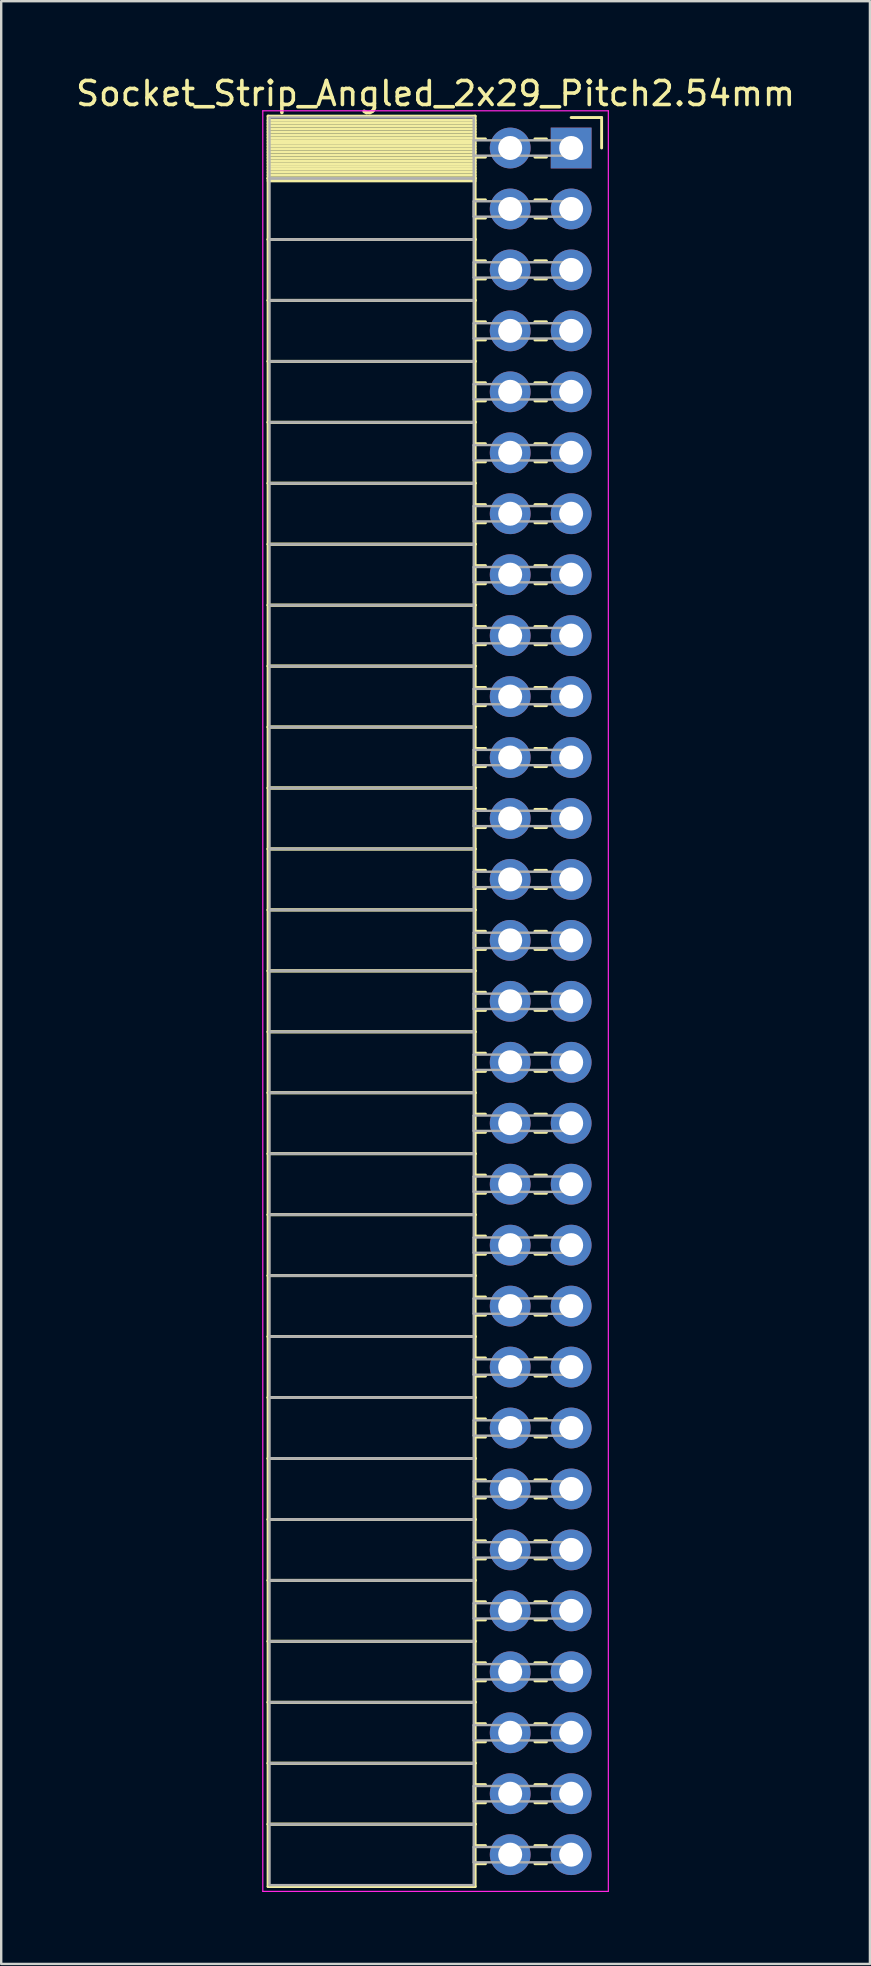
<source format=kicad_pcb>
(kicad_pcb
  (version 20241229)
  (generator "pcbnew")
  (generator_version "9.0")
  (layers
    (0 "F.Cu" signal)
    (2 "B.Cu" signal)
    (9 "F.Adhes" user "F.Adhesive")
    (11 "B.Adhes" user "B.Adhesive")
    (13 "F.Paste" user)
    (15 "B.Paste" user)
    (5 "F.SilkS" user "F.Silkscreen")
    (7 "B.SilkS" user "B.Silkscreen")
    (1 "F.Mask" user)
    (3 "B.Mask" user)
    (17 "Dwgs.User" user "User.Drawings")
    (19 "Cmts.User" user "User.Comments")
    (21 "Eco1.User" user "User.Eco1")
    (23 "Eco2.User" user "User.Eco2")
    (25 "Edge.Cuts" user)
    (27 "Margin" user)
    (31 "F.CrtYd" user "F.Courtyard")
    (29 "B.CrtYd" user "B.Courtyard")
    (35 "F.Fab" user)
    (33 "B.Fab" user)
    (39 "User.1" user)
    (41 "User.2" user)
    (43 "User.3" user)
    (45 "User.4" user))
  (footprint "Socket_Strip_Angled_2x29_Pitch2.54mm"
    (layer "F.Cu")
    (at 20.751 3.118)
    (property "Reference" "Socket_Strip_Angled_2x29_Pitch2.54mm" (at -5.65 -2.27 0) (layer "F.SilkS") (effects (font (size 1 1) (thickness 0.15))))
    (attr through_hole)
    (fp_line (start -12.63 -1.33) (end -4 -1.33) (stroke (width 0.12) (type solid)) (layer "F.SilkS"))
    (fp_line (start -12.63 1.27) (end -12.63 -1.33) (stroke (width 0.12) (type solid)) (layer "F.SilkS"))
    (fp_line (start -12.63 1.27) (end -4 1.27) (stroke (width 0.12) (type solid)) (layer "F.SilkS"))
    (fp_line (start -12.63 3.81) (end -12.63 1.27) (stroke (width 0.12) (type solid)) (layer "F.SilkS"))
    (fp_line (start -12.63 3.81) (end -4 3.81) (stroke (width 0.12) (type solid)) (layer "F.SilkS"))
    (fp_line (start -12.63 6.35) (end -12.63 3.81) (stroke (width 0.12) (type solid)) (layer "F.SilkS"))
    (fp_line (start -12.63 6.35) (end -4 6.35) (stroke (width 0.12) (type solid)) (layer "F.SilkS"))
    (fp_line (start -12.63 8.89) (end -12.63 6.35) (stroke (width 0.12) (type solid)) (layer "F.SilkS"))
    (fp_line (start -12.63 8.89) (end -4 8.89) (stroke (width 0.12) (type solid)) (layer "F.SilkS"))
    (fp_line (start -12.63 11.43) (end -12.63 8.89) (stroke (width 0.12) (type solid)) (layer "F.SilkS"))
    (fp_line (start -12.63 11.43) (end -4 11.43) (stroke (width 0.12) (type solid)) (layer "F.SilkS"))
    (fp_line (start -12.63 13.97) (end -12.63 11.43) (stroke (width 0.12) (type solid)) (layer "F.SilkS"))
    (fp_line (start -12.63 13.97) (end -4 13.97) (stroke (width 0.12) (type solid)) (layer "F.SilkS"))
    (fp_line (start -12.63 16.51) (end -12.63 13.97) (stroke (width 0.12) (type solid)) (layer "F.SilkS"))
    (fp_line (start -12.63 16.51) (end -4 16.51) (stroke (width 0.12) (type solid)) (layer "F.SilkS"))
    (fp_line (start -12.63 19.05) (end -12.63 16.51) (stroke (width 0.12) (type solid)) (layer "F.SilkS"))
    (fp_line (start -12.63 19.05) (end -4 19.05) (stroke (width 0.12) (type solid)) (layer "F.SilkS"))
    (fp_line (start -12.63 21.59) (end -12.63 19.05) (stroke (width 0.12) (type solid)) (layer "F.SilkS"))
    (fp_line (start -12.63 21.59) (end -4 21.59) (stroke (width 0.12) (type solid)) (layer "F.SilkS"))
    (fp_line (start -12.63 24.13) (end -12.63 21.59) (stroke (width 0.12) (type solid)) (layer "F.SilkS"))
    (fp_line (start -12.63 24.13) (end -4 24.13) (stroke (width 0.12) (type solid)) (layer "F.SilkS"))
    (fp_line (start -12.63 26.67) (end -12.63 24.13) (stroke (width 0.12) (type solid)) (layer "F.SilkS"))
    (fp_line (start -12.63 26.67) (end -4 26.67) (stroke (width 0.12) (type solid)) (layer "F.SilkS"))
    (fp_line (start -12.63 29.21) (end -12.63 26.67) (stroke (width 0.12) (type solid)) (layer "F.SilkS"))
    (fp_line (start -12.63 29.21) (end -4 29.21) (stroke (width 0.12) (type solid)) (layer "F.SilkS"))
    (fp_line (start -12.63 31.75) (end -12.63 29.21) (stroke (width 0.12) (type solid)) (layer "F.SilkS"))
    (fp_line (start -12.63 31.75) (end -4 31.75) (stroke (width 0.12) (type solid)) (layer "F.SilkS"))
    (fp_line (start -12.63 34.29) (end -12.63 31.75) (stroke (width 0.12) (type solid)) (layer "F.SilkS"))
    (fp_line (start -12.63 34.29) (end -4 34.29) (stroke (width 0.12) (type solid)) (layer "F.SilkS"))
    (fp_line (start -12.63 36.83) (end -12.63 34.29) (stroke (width 0.12) (type solid)) (layer "F.SilkS"))
    (fp_line (start -12.63 36.83) (end -4 36.83) (stroke (width 0.12) (type solid)) (layer "F.SilkS"))
    (fp_line (start -12.63 39.37) (end -12.63 36.83) (stroke (width 0.12) (type solid)) (layer "F.SilkS"))
    (fp_line (start -12.63 39.37) (end -4 39.37) (stroke (width 0.12) (type solid)) (layer "F.SilkS"))
    (fp_line (start -12.63 41.91) (end -12.63 39.37) (stroke (width 0.12) (type solid)) (layer "F.SilkS"))
    (fp_line (start -12.63 41.91) (end -4 41.91) (stroke (width 0.12) (type solid)) (layer "F.SilkS"))
    (fp_line (start -12.63 44.45) (end -12.63 41.91) (stroke (width 0.12) (type solid)) (layer "F.SilkS"))
    (fp_line (start -12.63 44.45) (end -4 44.45) (stroke (width 0.12) (type solid)) (layer "F.SilkS"))
    (fp_line (start -12.63 46.99) (end -12.63 44.45) (stroke (width 0.12) (type solid)) (layer "F.SilkS"))
    (fp_line (start -12.63 46.99) (end -4 46.99) (stroke (width 0.12) (type solid)) (layer "F.SilkS"))
    (fp_line (start -12.63 49.53) (end -12.63 46.99) (stroke (width 0.12) (type solid)) (layer "F.SilkS"))
    (fp_line (start -12.63 49.53) (end -4 49.53) (stroke (width 0.12) (type solid)) (layer "F.SilkS"))
    (fp_line (start -12.63 52.07) (end -12.63 49.53) (stroke (width 0.12) (type solid)) (layer "F.SilkS"))
    (fp_line (start -12.63 52.07) (end -4 52.07) (stroke (width 0.12) (type solid)) (layer "F.SilkS"))
    (fp_line (start -12.63 54.61) (end -12.63 52.07) (stroke (width 0.12) (type solid)) (layer "F.SilkS"))
    (fp_line (start -12.63 54.61) (end -4 54.61) (stroke (width 0.12) (type solid)) (layer "F.SilkS"))
    (fp_line (start -12.63 57.15) (end -12.63 54.61) (stroke (width 0.12) (type solid)) (layer "F.SilkS"))
    (fp_line (start -12.63 57.15) (end -4 57.15) (stroke (width 0.12) (type solid)) (layer "F.SilkS"))
    (fp_line (start -12.63 59.69) (end -12.63 57.15) (stroke (width 0.12) (type solid)) (layer "F.SilkS"))
    (fp_line (start -12.63 59.69) (end -4 59.69) (stroke (width 0.12) (type solid)) (layer "F.SilkS"))
    (fp_line (start -12.63 62.23) (end -12.63 59.69) (stroke (width 0.12) (type solid)) (layer "F.SilkS"))
    (fp_line (start -12.63 62.23) (end -4 62.23) (stroke (width 0.12) (type solid)) (layer "F.SilkS"))
    (fp_line (start -12.63 64.77) (end -12.63 62.23) (stroke (width 0.12) (type solid)) (layer "F.SilkS"))
    (fp_line (start -12.63 64.77) (end -4 64.77) (stroke (width 0.12) (type solid)) (layer "F.SilkS"))
    (fp_line (start -12.63 67.31) (end -12.63 64.77) (stroke (width 0.12) (type solid)) (layer "F.SilkS"))
    (fp_line (start -12.63 67.31) (end -4 67.31) (stroke (width 0.12) (type solid)) (layer "F.SilkS"))
    (fp_line (start -12.63 69.85) (end -12.63 67.31) (stroke (width 0.12) (type solid)) (layer "F.SilkS"))
    (fp_line (start -12.63 69.85) (end -4 69.85) (stroke (width 0.12) (type solid)) (layer "F.SilkS"))
    (fp_line (start -12.63 72.45) (end -12.63 69.85) (stroke (width 0.12) (type solid)) (layer "F.SilkS"))
    (fp_line (start -4 -1.33) (end -4 1.27) (stroke (width 0.12) (type solid)) (layer "F.SilkS"))
    (fp_line (start -4 -1.15) (end -12.63 -1.15) (stroke (width 0.12) (type solid)) (layer "F.SilkS"))
    (fp_line (start -4 -1.03) (end -12.63 -1.03) (stroke (width 0.12) (type solid)) (layer "F.SilkS"))
    (fp_line (start -4 -0.91) (end -12.63 -0.91) (stroke (width 0.12) (type solid)) (layer "F.SilkS"))
    (fp_line (start -4 -0.79) (end -12.63 -0.79) (stroke (width 0.12) (type solid)) (layer "F.SilkS"))
    (fp_line (start -4 -0.67) (end -12.63 -0.67) (stroke (width 0.12) (type solid)) (layer "F.SilkS"))
    (fp_line (start -4 -0.55) (end -12.63 -0.55) (stroke (width 0.12) (type solid)) (layer "F.SilkS"))
    (fp_line (start -4 -0.43) (end -12.63 -0.43) (stroke (width 0.12) (type solid)) (layer "F.SilkS"))
    (fp_line (start -4 -0.31) (end -12.63 -0.31) (stroke (width 0.12) (type solid)) (layer "F.SilkS"))
    (fp_line (start -4 -0.19) (end -12.63 -0.19) (stroke (width 0.12) (type solid)) (layer "F.SilkS"))
    (fp_line (start -4 -0.07) (end -12.63 -0.07) (stroke (width 0.12) (type solid)) (layer "F.SilkS"))
    (fp_line (start -4 0.05) (end -12.63 0.05) (stroke (width 0.12) (type solid)) (layer "F.SilkS"))
    (fp_line (start -4 0.17) (end -12.63 0.17) (stroke (width 0.12) (type solid)) (layer "F.SilkS"))
    (fp_line (start -4 0.29) (end -12.63 0.29) (stroke (width 0.12) (type solid)) (layer "F.SilkS"))
    (fp_line (start -4 0.41) (end -12.63 0.41) (stroke (width 0.12) (type solid)) (layer "F.SilkS"))
    (fp_line (start -4 0.53) (end -12.63 0.53) (stroke (width 0.12) (type solid)) (layer "F.SilkS"))
    (fp_line (start -4 0.65) (end -12.63 0.65) (stroke (width 0.12) (type solid)) (layer "F.SilkS"))
    (fp_line (start -4 0.77) (end -12.63 0.77) (stroke (width 0.12) (type solid)) (layer "F.SilkS"))
    (fp_line (start -4 0.89) (end -12.63 0.89) (stroke (width 0.12) (type solid)) (layer "F.SilkS"))
    (fp_line (start -4 1.01) (end -12.63 1.01) (stroke (width 0.12) (type solid)) (layer "F.SilkS"))
    (fp_line (start -4 1.13) (end -12.63 1.13) (stroke (width 0.12) (type solid)) (layer "F.SilkS"))
    (fp_line (start -4 1.25) (end -12.63 1.25) (stroke (width 0.12) (type solid)) (layer "F.SilkS"))
    (fp_line (start -4 1.27) (end -12.63 1.27) (stroke (width 0.12) (type solid)) (layer "F.SilkS"))
    (fp_line (start -4 1.27) (end -4 3.81) (stroke (width 0.12) (type solid)) (layer "F.SilkS"))
    (fp_line (start -4 1.37) (end -12.63 1.37) (stroke (width 0.12) (type solid)) (layer "F.SilkS"))
    (fp_line (start -4 3.81) (end -12.63 3.81) (stroke (width 0.12) (type solid)) (layer "F.SilkS"))
    (fp_line (start -4 3.81) (end -4 6.35) (stroke (width 0.12) (type solid)) (layer "F.SilkS"))
    (fp_line (start -4 6.35) (end -12.63 6.35) (stroke (width 0.12) (type solid)) (layer "F.SilkS"))
    (fp_line (start -4 6.35) (end -4 8.89) (stroke (width 0.12) (type solid)) (layer "F.SilkS"))
    (fp_line (start -4 8.89) (end -12.63 8.89) (stroke (width 0.12) (type solid)) (layer "F.SilkS"))
    (fp_line (start -4 8.89) (end -4 11.43) (stroke (width 0.12) (type solid)) (layer "F.SilkS"))
    (fp_line (start -4 11.43) (end -12.63 11.43) (stroke (width 0.12) (type solid)) (layer "F.SilkS"))
    (fp_line (start -4 11.43) (end -4 13.97) (stroke (width 0.12) (type solid)) (layer "F.SilkS"))
    (fp_line (start -4 13.97) (end -12.63 13.97) (stroke (width 0.12) (type solid)) (layer "F.SilkS"))
    (fp_line (start -4 13.97) (end -4 16.51) (stroke (width 0.12) (type solid)) (layer "F.SilkS"))
    (fp_line (start -4 16.51) (end -12.63 16.51) (stroke (width 0.12) (type solid)) (layer "F.SilkS"))
    (fp_line (start -4 16.51) (end -4 19.05) (stroke (width 0.12) (type solid)) (layer "F.SilkS"))
    (fp_line (start -4 19.05) (end -12.63 19.05) (stroke (width 0.12) (type solid)) (layer "F.SilkS"))
    (fp_line (start -4 19.05) (end -4 21.59) (stroke (width 0.12) (type solid)) (layer "F.SilkS"))
    (fp_line (start -4 21.59) (end -12.63 21.59) (stroke (width 0.12) (type solid)) (layer "F.SilkS"))
    (fp_line (start -4 21.59) (end -4 24.13) (stroke (width 0.12) (type solid)) (layer "F.SilkS"))
    (fp_line (start -4 24.13) (end -12.63 24.13) (stroke (width 0.12) (type solid)) (layer "F.SilkS"))
    (fp_line (start -4 24.13) (end -4 26.67) (stroke (width 0.12) (type solid)) (layer "F.SilkS"))
    (fp_line (start -4 26.67) (end -12.63 26.67) (stroke (width 0.12) (type solid)) (layer "F.SilkS"))
    (fp_line (start -4 26.67) (end -4 29.21) (stroke (width 0.12) (type solid)) (layer "F.SilkS"))
    (fp_line (start -4 29.21) (end -12.63 29.21) (stroke (width 0.12) (type solid)) (layer "F.SilkS"))
    (fp_line (start -4 29.21) (end -4 31.75) (stroke (width 0.12) (type solid)) (layer "F.SilkS"))
    (fp_line (start -4 31.75) (end -12.63 31.75) (stroke (width 0.12) (type solid)) (layer "F.SilkS"))
    (fp_line (start -4 31.75) (end -4 34.29) (stroke (width 0.12) (type solid)) (layer "F.SilkS"))
    (fp_line (start -4 34.29) (end -12.63 34.29) (stroke (width 0.12) (type solid)) (layer "F.SilkS"))
    (fp_line (start -4 34.29) (end -4 36.83) (stroke (width 0.12) (type solid)) (layer "F.SilkS"))
    (fp_line (start -4 36.83) (end -12.63 36.83) (stroke (width 0.12) (type solid)) (layer "F.SilkS"))
    (fp_line (start -4 36.83) (end -4 39.37) (stroke (width 0.12) (type solid)) (layer "F.SilkS"))
    (fp_line (start -4 39.37) (end -12.63 39.37) (stroke (width 0.12) (type solid)) (layer "F.SilkS"))
    (fp_line (start -4 39.37) (end -4 41.91) (stroke (width 0.12) (type solid)) (layer "F.SilkS"))
    (fp_line (start -4 41.91) (end -12.63 41.91) (stroke (width 0.12) (type solid)) (layer "F.SilkS"))
    (fp_line (start -4 41.91) (end -4 44.45) (stroke (width 0.12) (type solid)) (layer "F.SilkS"))
    (fp_line (start -4 44.45) (end -12.63 44.45) (stroke (width 0.12) (type solid)) (layer "F.SilkS"))
    (fp_line (start -4 44.45) (end -4 46.99) (stroke (width 0.12) (type solid)) (layer "F.SilkS"))
    (fp_line (start -4 46.99) (end -12.63 46.99) (stroke (width 0.12) (type solid)) (layer "F.SilkS"))
    (fp_line (start -4 46.99) (end -4 49.53) (stroke (width 0.12) (type solid)) (layer "F.SilkS"))
    (fp_line (start -4 49.53) (end -12.63 49.53) (stroke (width 0.12) (type solid)) (layer "F.SilkS"))
    (fp_line (start -4 49.53) (end -4 52.07) (stroke (width 0.12) (type solid)) (layer "F.SilkS"))
    (fp_line (start -4 52.07) (end -12.63 52.07) (stroke (width 0.12) (type solid)) (layer "F.SilkS"))
    (fp_line (start -4 52.07) (end -4 54.61) (stroke (width 0.12) (type solid)) (layer "F.SilkS"))
    (fp_line (start -4 54.61) (end -12.63 54.61) (stroke (width 0.12) (type solid)) (layer "F.SilkS"))
    (fp_line (start -4 54.61) (end -4 57.15) (stroke (width 0.12) (type solid)) (layer "F.SilkS"))
    (fp_line (start -4 57.15) (end -12.63 57.15) (stroke (width 0.12) (type solid)) (layer "F.SilkS"))
    (fp_line (start -4 57.15) (end -4 59.69) (stroke (width 0.12) (type solid)) (layer "F.SilkS"))
    (fp_line (start -4 59.69) (end -12.63 59.69) (stroke (width 0.12) (type solid)) (layer "F.SilkS"))
    (fp_line (start -4 59.69) (end -4 62.23) (stroke (width 0.12) (type solid)) (layer "F.SilkS"))
    (fp_line (start -4 62.23) (end -12.63 62.23) (stroke (width 0.12) (type solid)) (layer "F.SilkS"))
    (fp_line (start -4 62.23) (end -4 64.77) (stroke (width 0.12) (type solid)) (layer "F.SilkS"))
    (fp_line (start -4 64.77) (end -12.63 64.77) (stroke (width 0.12) (type solid)) (layer "F.SilkS"))
    (fp_line (start -4 64.77) (end -4 67.31) (stroke (width 0.12) (type solid)) (layer "F.SilkS"))
    (fp_line (start -4 67.31) (end -12.63 67.31) (stroke (width 0.12) (type solid)) (layer "F.SilkS"))
    (fp_line (start -4 67.31) (end -4 69.85) (stroke (width 0.12) (type solid)) (layer "F.SilkS"))
    (fp_line (start -4 69.85) (end -12.63 69.85) (stroke (width 0.12) (type solid)) (layer "F.SilkS"))
    (fp_line (start -4 69.85) (end -4 72.45) (stroke (width 0.12) (type solid)) (layer "F.SilkS"))
    (fp_line (start -4 72.45) (end -12.63 72.45) (stroke (width 0.12) (type solid)) (layer "F.SilkS"))
    (fp_line (start -3.57 -0.38) (end -4 -0.38) (stroke (width 0.12) (type solid)) (layer "F.SilkS"))
    (fp_line (start -3.57 0.38) (end -4 0.38) (stroke (width 0.12) (type solid)) (layer "F.SilkS"))
    (fp_line (start -3.57 2.16) (end -4 2.16) (stroke (width 0.12) (type solid)) (layer "F.SilkS"))
    (fp_line (start -3.57 2.92) (end -4 2.92) (stroke (width 0.12) (type solid)) (layer "F.SilkS"))
    (fp_line (start -3.57 4.7) (end -4 4.7) (stroke (width 0.12) (type solid)) (layer "F.SilkS"))
    (fp_line (start -3.57 5.46) (end -4 5.46) (stroke (width 0.12) (type solid)) (layer "F.SilkS"))
    (fp_line (start -3.57 7.24) (end -4 7.24) (stroke (width 0.12) (type solid)) (layer "F.SilkS"))
    (fp_line (start -3.57 8) (end -4 8) (stroke (width 0.12) (type solid)) (layer "F.SilkS"))
    (fp_line (start -3.57 9.78) (end -4 9.78) (stroke (width 0.12) (type solid)) (layer "F.SilkS"))
    (fp_line (start -3.57 10.54) (end -4 10.54) (stroke (width 0.12) (type solid)) (layer "F.SilkS"))
    (fp_line (start -3.57 12.32) (end -4 12.32) (stroke (width 0.12) (type solid)) (layer "F.SilkS"))
    (fp_line (start -3.57 13.08) (end -4 13.08) (stroke (width 0.12) (type solid)) (layer "F.SilkS"))
    (fp_line (start -3.57 14.86) (end -4 14.86) (stroke (width 0.12) (type solid)) (layer "F.SilkS"))
    (fp_line (start -3.57 15.62) (end -4 15.62) (stroke (width 0.12) (type solid)) (layer "F.SilkS"))
    (fp_line (start -3.57 17.4) (end -4 17.4) (stroke (width 0.12) (type solid)) (layer "F.SilkS"))
    (fp_line (start -3.57 18.16) (end -4 18.16) (stroke (width 0.12) (type solid)) (layer "F.SilkS"))
    (fp_line (start -3.57 19.94) (end -4 19.94) (stroke (width 0.12) (type solid)) (layer "F.SilkS"))
    (fp_line (start -3.57 20.7) (end -4 20.7) (stroke (width 0.12) (type solid)) (layer "F.SilkS"))
    (fp_line (start -3.57 22.48) (end -4 22.48) (stroke (width 0.12) (type solid)) (layer "F.SilkS"))
    (fp_line (start -3.57 23.24) (end -4 23.24) (stroke (width 0.12) (type solid)) (layer "F.SilkS"))
    (fp_line (start -3.57 25.02) (end -4 25.02) (stroke (width 0.12) (type solid)) (layer "F.SilkS"))
    (fp_line (start -3.57 25.78) (end -4 25.78) (stroke (width 0.12) (type solid)) (layer "F.SilkS"))
    (fp_line (start -3.57 27.56) (end -4 27.56) (stroke (width 0.12) (type solid)) (layer "F.SilkS"))
    (fp_line (start -3.57 28.32) (end -4 28.32) (stroke (width 0.12) (type solid)) (layer "F.SilkS"))
    (fp_line (start -3.57 30.1) (end -4 30.1) (stroke (width 0.12) (type solid)) (layer "F.SilkS"))
    (fp_line (start -3.57 30.86) (end -4 30.86) (stroke (width 0.12) (type solid)) (layer "F.SilkS"))
    (fp_line (start -3.57 32.64) (end -4 32.64) (stroke (width 0.12) (type solid)) (layer "F.SilkS"))
    (fp_line (start -3.57 33.4) (end -4 33.4) (stroke (width 0.12) (type solid)) (layer "F.SilkS"))
    (fp_line (start -3.57 35.18) (end -4 35.18) (stroke (width 0.12) (type solid)) (layer "F.SilkS"))
    (fp_line (start -3.57 35.94) (end -4 35.94) (stroke (width 0.12) (type solid)) (layer "F.SilkS"))
    (fp_line (start -3.57 37.72) (end -4 37.72) (stroke (width 0.12) (type solid)) (layer "F.SilkS"))
    (fp_line (start -3.57 38.48) (end -4 38.48) (stroke (width 0.12) (type solid)) (layer "F.SilkS"))
    (fp_line (start -3.57 40.26) (end -4 40.26) (stroke (width 0.12) (type solid)) (layer "F.SilkS"))
    (fp_line (start -3.57 41.02) (end -4 41.02) (stroke (width 0.12) (type solid)) (layer "F.SilkS"))
    (fp_line (start -3.57 42.8) (end -4 42.8) (stroke (width 0.12) (type solid)) (layer "F.SilkS"))
    (fp_line (start -3.57 43.56) (end -4 43.56) (stroke (width 0.12) (type solid)) (layer "F.SilkS"))
    (fp_line (start -3.57 45.34) (end -4 45.34) (stroke (width 0.12) (type solid)) (layer "F.SilkS"))
    (fp_line (start -3.57 46.1) (end -4 46.1) (stroke (width 0.12) (type solid)) (layer "F.SilkS"))
    (fp_line (start -3.57 47.88) (end -4 47.88) (stroke (width 0.12) (type solid)) (layer "F.SilkS"))
    (fp_line (start -3.57 48.64) (end -4 48.64) (stroke (width 0.12) (type solid)) (layer "F.SilkS"))
    (fp_line (start -3.57 50.42) (end -4 50.42) (stroke (width 0.12) (type solid)) (layer "F.SilkS"))
    (fp_line (start -3.57 51.18) (end -4 51.18) (stroke (width 0.12) (type solid)) (layer "F.SilkS"))
    (fp_line (start -3.57 52.96) (end -4 52.96) (stroke (width 0.12) (type solid)) (layer "F.SilkS"))
    (fp_line (start -3.57 53.72) (end -4 53.72) (stroke (width 0.12) (type solid)) (layer "F.SilkS"))
    (fp_line (start -3.57 55.5) (end -4 55.5) (stroke (width 0.12) (type solid)) (layer "F.SilkS"))
    (fp_line (start -3.57 56.26) (end -4 56.26) (stroke (width 0.12) (type solid)) (layer "F.SilkS"))
    (fp_line (start -3.57 58.04) (end -4 58.04) (stroke (width 0.12) (type solid)) (layer "F.SilkS"))
    (fp_line (start -3.57 58.8) (end -4 58.8) (stroke (width 0.12) (type solid)) (layer "F.SilkS"))
    (fp_line (start -3.57 60.58) (end -4 60.58) (stroke (width 0.12) (type solid)) (layer "F.SilkS"))
    (fp_line (start -3.57 61.34) (end -4 61.34) (stroke (width 0.12) (type solid)) (layer "F.SilkS"))
    (fp_line (start -3.57 63.12) (end -4 63.12) (stroke (width 0.12) (type solid)) (layer "F.SilkS"))
    (fp_line (start -3.57 63.88) (end -4 63.88) (stroke (width 0.12) (type solid)) (layer "F.SilkS"))
    (fp_line (start -3.57 65.66) (end -4 65.66) (stroke (width 0.12) (type solid)) (layer "F.SilkS"))
    (fp_line (start -3.57 66.42) (end -4 66.42) (stroke (width 0.12) (type solid)) (layer "F.SilkS"))
    (fp_line (start -3.57 68.2) (end -4 68.2) (stroke (width 0.12) (type solid)) (layer "F.SilkS"))
    (fp_line (start -3.57 68.96) (end -4 68.96) (stroke (width 0.12) (type solid)) (layer "F.SilkS"))
    (fp_line (start -3.57 70.74) (end -4 70.74) (stroke (width 0.12) (type solid)) (layer "F.SilkS"))
    (fp_line (start -3.57 71.5) (end -4 71.5) (stroke (width 0.12) (type solid)) (layer "F.SilkS"))
    (fp_line (start -1.03 -0.38) (end -1.51 -0.38) (stroke (width 0.12) (type solid)) (layer "F.SilkS"))
    (fp_line (start -1.03 0.38) (end -1.51 0.38) (stroke (width 0.12) (type solid)) (layer "F.SilkS"))
    (fp_line (start -1.03 2.16) (end -1.51 2.16) (stroke (width 0.12) (type solid)) (layer "F.SilkS"))
    (fp_line (start -1.03 2.92) (end -1.51 2.92) (stroke (width 0.12) (type solid)) (layer "F.SilkS"))
    (fp_line (start -1.03 4.7) (end -1.51 4.7) (stroke (width 0.12) (type solid)) (layer "F.SilkS"))
    (fp_line (start -1.03 5.46) (end -1.51 5.46) (stroke (width 0.12) (type solid)) (layer "F.SilkS"))
    (fp_line (start -1.03 7.24) (end -1.51 7.24) (stroke (width 0.12) (type solid)) (layer "F.SilkS"))
    (fp_line (start -1.03 8) (end -1.51 8) (stroke (width 0.12) (type solid)) (layer "F.SilkS"))
    (fp_line (start -1.03 9.78) (end -1.51 9.78) (stroke (width 0.12) (type solid)) (layer "F.SilkS"))
    (fp_line (start -1.03 10.54) (end -1.51 10.54) (stroke (width 0.12) (type solid)) (layer "F.SilkS"))
    (fp_line (start -1.03 12.32) (end -1.51 12.32) (stroke (width 0.12) (type solid)) (layer "F.SilkS"))
    (fp_line (start -1.03 13.08) (end -1.51 13.08) (stroke (width 0.12) (type solid)) (layer "F.SilkS"))
    (fp_line (start -1.03 14.86) (end -1.51 14.86) (stroke (width 0.12) (type solid)) (layer "F.SilkS"))
    (fp_line (start -1.03 15.62) (end -1.51 15.62) (stroke (width 0.12) (type solid)) (layer "F.SilkS"))
    (fp_line (start -1.03 17.4) (end -1.51 17.4) (stroke (width 0.12) (type solid)) (layer "F.SilkS"))
    (fp_line (start -1.03 18.16) (end -1.51 18.16) (stroke (width 0.12) (type solid)) (layer "F.SilkS"))
    (fp_line (start -1.03 19.94) (end -1.51 19.94) (stroke (width 0.12) (type solid)) (layer "F.SilkS"))
    (fp_line (start -1.03 20.7) (end -1.51 20.7) (stroke (width 0.12) (type solid)) (layer "F.SilkS"))
    (fp_line (start -1.03 22.48) (end -1.51 22.48) (stroke (width 0.12) (type solid)) (layer "F.SilkS"))
    (fp_line (start -1.03 23.24) (end -1.51 23.24) (stroke (width 0.12) (type solid)) (layer "F.SilkS"))
    (fp_line (start -1.03 25.02) (end -1.51 25.02) (stroke (width 0.12) (type solid)) (layer "F.SilkS"))
    (fp_line (start -1.03 25.78) (end -1.51 25.78) (stroke (width 0.12) (type solid)) (layer "F.SilkS"))
    (fp_line (start -1.03 27.56) (end -1.51 27.56) (stroke (width 0.12) (type solid)) (layer "F.SilkS"))
    (fp_line (start -1.03 28.32) (end -1.51 28.32) (stroke (width 0.12) (type solid)) (layer "F.SilkS"))
    (fp_line (start -1.03 30.1) (end -1.51 30.1) (stroke (width 0.12) (type solid)) (layer "F.SilkS"))
    (fp_line (start -1.03 30.86) (end -1.51 30.86) (stroke (width 0.12) (type solid)) (layer "F.SilkS"))
    (fp_line (start -1.03 32.64) (end -1.51 32.64) (stroke (width 0.12) (type solid)) (layer "F.SilkS"))
    (fp_line (start -1.03 33.4) (end -1.51 33.4) (stroke (width 0.12) (type solid)) (layer "F.SilkS"))
    (fp_line (start -1.03 35.18) (end -1.51 35.18) (stroke (width 0.12) (type solid)) (layer "F.SilkS"))
    (fp_line (start -1.03 35.94) (end -1.51 35.94) (stroke (width 0.12) (type solid)) (layer "F.SilkS"))
    (fp_line (start -1.03 37.72) (end -1.51 37.72) (stroke (width 0.12) (type solid)) (layer "F.SilkS"))
    (fp_line (start -1.03 38.48) (end -1.51 38.48) (stroke (width 0.12) (type solid)) (layer "F.SilkS"))
    (fp_line (start -1.03 40.26) (end -1.51 40.26) (stroke (width 0.12) (type solid)) (layer "F.SilkS"))
    (fp_line (start -1.03 41.02) (end -1.51 41.02) (stroke (width 0.12) (type solid)) (layer "F.SilkS"))
    (fp_line (start -1.03 42.8) (end -1.51 42.8) (stroke (width 0.12) (type solid)) (layer "F.SilkS"))
    (fp_line (start -1.03 43.56) (end -1.51 43.56) (stroke (width 0.12) (type solid)) (layer "F.SilkS"))
    (fp_line (start -1.03 45.34) (end -1.51 45.34) (stroke (width 0.12) (type solid)) (layer "F.SilkS"))
    (fp_line (start -1.03 46.1) (end -1.51 46.1) (stroke (width 0.12) (type solid)) (layer "F.SilkS"))
    (fp_line (start -1.03 47.88) (end -1.51 47.88) (stroke (width 0.12) (type solid)) (layer "F.SilkS"))
    (fp_line (start -1.03 48.64) (end -1.51 48.64) (stroke (width 0.12) (type solid)) (layer "F.SilkS"))
    (fp_line (start -1.03 50.42) (end -1.51 50.42) (stroke (width 0.12) (type solid)) (layer "F.SilkS"))
    (fp_line (start -1.03 51.18) (end -1.51 51.18) (stroke (width 0.12) (type solid)) (layer "F.SilkS"))
    (fp_line (start -1.03 52.96) (end -1.51 52.96) (stroke (width 0.12) (type solid)) (layer "F.SilkS"))
    (fp_line (start -1.03 53.72) (end -1.51 53.72) (stroke (width 0.12) (type solid)) (layer "F.SilkS"))
    (fp_line (start -1.03 55.5) (end -1.51 55.5) (stroke (width 0.12) (type solid)) (layer "F.SilkS"))
    (fp_line (start -1.03 56.26) (end -1.51 56.26) (stroke (width 0.12) (type solid)) (layer "F.SilkS"))
    (fp_line (start -1.03 58.04) (end -1.51 58.04) (stroke (width 0.12) (type solid)) (layer "F.SilkS"))
    (fp_line (start -1.03 58.8) (end -1.51 58.8) (stroke (width 0.12) (type solid)) (layer "F.SilkS"))
    (fp_line (start -1.03 60.58) (end -1.51 60.58) (stroke (width 0.12) (type solid)) (layer "F.SilkS"))
    (fp_line (start -1.03 61.34) (end -1.51 61.34) (stroke (width 0.12) (type solid)) (layer "F.SilkS"))
    (fp_line (start -1.03 63.12) (end -1.51 63.12) (stroke (width 0.12) (type solid)) (layer "F.SilkS"))
    (fp_line (start -1.03 63.88) (end -1.51 63.88) (stroke (width 0.12) (type solid)) (layer "F.SilkS"))
    (fp_line (start -1.03 65.66) (end -1.51 65.66) (stroke (width 0.12) (type solid)) (layer "F.SilkS"))
    (fp_line (start -1.03 66.42) (end -1.51 66.42) (stroke (width 0.12) (type solid)) (layer "F.SilkS"))
    (fp_line (start -1.03 68.2) (end -1.51 68.2) (stroke (width 0.12) (type solid)) (layer "F.SilkS"))
    (fp_line (start -1.03 68.96) (end -1.51 68.96) (stroke (width 0.12) (type solid)) (layer "F.SilkS"))
    (fp_line (start -1.03 70.74) (end -1.51 70.74) (stroke (width 0.12) (type solid)) (layer "F.SilkS"))
    (fp_line (start -1.03 71.5) (end -1.51 71.5) (stroke (width 0.12) (type solid)) (layer "F.SilkS"))
    (fp_line (start 0 -1.27) (end 1.27 -1.27) (stroke (width 0.12) (type solid)) (layer "F.SilkS"))
    (fp_line (start 1.27 -1.27) (end 1.27 0) (stroke (width 0.12) (type solid)) (layer "F.SilkS"))
    (fp_line (start -12.85 -1.55) (end 1.55 -1.55) (stroke (width 0.05) (type solid)) (layer "F.CrtYd"))
    (fp_line (start -12.85 72.65) (end -12.85 -1.55) (stroke (width 0.05) (type solid)) (layer "F.CrtYd"))
    (fp_line (start 1.55 -1.55) (end 1.55 72.65) (stroke (width 0.05) (type solid)) (layer "F.CrtYd"))
    (fp_line (start 1.55 72.65) (end -12.85 72.65) (stroke (width 0.05) (type solid)) (layer "F.CrtYd"))
    (fp_line (start -12.57 -1.27) (end -4.06 -1.27) (stroke (width 0.1) (type solid)) (layer "F.Fab"))
    (fp_line (start -12.57 1.27) (end -12.57 -1.27) (stroke (width 0.1) (type solid)) (layer "F.Fab"))
    (fp_line (start -12.57 1.27) (end -4.06 1.27) (stroke (width 0.1) (type solid)) (layer "F.Fab"))
    (fp_line (start -12.57 3.81) (end -12.57 1.27) (stroke (width 0.1) (type solid)) (layer "F.Fab"))
    (fp_line (start -12.57 3.81) (end -4.06 3.81) (stroke (width 0.1) (type solid)) (layer "F.Fab"))
    (fp_line (start -12.57 6.35) (end -12.57 3.81) (stroke (width 0.1) (type solid)) (layer "F.Fab"))
    (fp_line (start -12.57 6.35) (end -4.06 6.35) (stroke (width 0.1) (type solid)) (layer "F.Fab"))
    (fp_line (start -12.57 8.89) (end -12.57 6.35) (stroke (width 0.1) (type solid)) (layer "F.Fab"))
    (fp_line (start -12.57 8.89) (end -4.06 8.89) (stroke (width 0.1) (type solid)) (layer "F.Fab"))
    (fp_line (start -12.57 11.43) (end -12.57 8.89) (stroke (width 0.1) (type solid)) (layer "F.Fab"))
    (fp_line (start -12.57 11.43) (end -4.06 11.43) (stroke (width 0.1) (type solid)) (layer "F.Fab"))
    (fp_line (start -12.57 13.97) (end -12.57 11.43) (stroke (width 0.1) (type solid)) (layer "F.Fab"))
    (fp_line (start -12.57 13.97) (end -4.06 13.97) (stroke (width 0.1) (type solid)) (layer "F.Fab"))
    (fp_line (start -12.57 16.51) (end -12.57 13.97) (stroke (width 0.1) (type solid)) (layer "F.Fab"))
    (fp_line (start -12.57 16.51) (end -4.06 16.51) (stroke (width 0.1) (type solid)) (layer "F.Fab"))
    (fp_line (start -12.57 19.05) (end -12.57 16.51) (stroke (width 0.1) (type solid)) (layer "F.Fab"))
    (fp_line (start -12.57 19.05) (end -4.06 19.05) (stroke (width 0.1) (type solid)) (layer "F.Fab"))
    (fp_line (start -12.57 21.59) (end -12.57 19.05) (stroke (width 0.1) (type solid)) (layer "F.Fab"))
    (fp_line (start -12.57 21.59) (end -4.06 21.59) (stroke (width 0.1) (type solid)) (layer "F.Fab"))
    (fp_line (start -12.57 24.13) (end -12.57 21.59) (stroke (width 0.1) (type solid)) (layer "F.Fab"))
    (fp_line (start -12.57 24.13) (end -4.06 24.13) (stroke (width 0.1) (type solid)) (layer "F.Fab"))
    (fp_line (start -12.57 26.67) (end -12.57 24.13) (stroke (width 0.1) (type solid)) (layer "F.Fab"))
    (fp_line (start -12.57 26.67) (end -4.06 26.67) (stroke (width 0.1) (type solid)) (layer "F.Fab"))
    (fp_line (start -12.57 29.21) (end -12.57 26.67) (stroke (width 0.1) (type solid)) (layer "F.Fab"))
    (fp_line (start -12.57 29.21) (end -4.06 29.21) (stroke (width 0.1) (type solid)) (layer "F.Fab"))
    (fp_line (start -12.57 31.75) (end -12.57 29.21) (stroke (width 0.1) (type solid)) (layer "F.Fab"))
    (fp_line (start -12.57 31.75) (end -4.06 31.75) (stroke (width 0.1) (type solid)) (layer "F.Fab"))
    (fp_line (start -12.57 34.29) (end -12.57 31.75) (stroke (width 0.1) (type solid)) (layer "F.Fab"))
    (fp_line (start -12.57 34.29) (end -4.06 34.29) (stroke (width 0.1) (type solid)) (layer "F.Fab"))
    (fp_line (start -12.57 36.83) (end -12.57 34.29) (stroke (width 0.1) (type solid)) (layer "F.Fab"))
    (fp_line (start -12.57 36.83) (end -4.06 36.83) (stroke (width 0.1) (type solid)) (layer "F.Fab"))
    (fp_line (start -12.57 39.37) (end -12.57 36.83) (stroke (width 0.1) (type solid)) (layer "F.Fab"))
    (fp_line (start -12.57 39.37) (end -4.06 39.37) (stroke (width 0.1) (type solid)) (layer "F.Fab"))
    (fp_line (start -12.57 41.91) (end -12.57 39.37) (stroke (width 0.1) (type solid)) (layer "F.Fab"))
    (fp_line (start -12.57 41.91) (end -4.06 41.91) (stroke (width 0.1) (type solid)) (layer "F.Fab"))
    (fp_line (start -12.57 44.45) (end -12.57 41.91) (stroke (width 0.1) (type solid)) (layer "F.Fab"))
    (fp_line (start -12.57 44.45) (end -4.06 44.45) (stroke (width 0.1) (type solid)) (layer "F.Fab"))
    (fp_line (start -12.57 46.99) (end -12.57 44.45) (stroke (width 0.1) (type solid)) (layer "F.Fab"))
    (fp_line (start -12.57 46.99) (end -4.06 46.99) (stroke (width 0.1) (type solid)) (layer "F.Fab"))
    (fp_line (start -12.57 49.53) (end -12.57 46.99) (stroke (width 0.1) (type solid)) (layer "F.Fab"))
    (fp_line (start -12.57 49.53) (end -4.06 49.53) (stroke (width 0.1) (type solid)) (layer "F.Fab"))
    (fp_line (start -12.57 52.07) (end -12.57 49.53) (stroke (width 0.1) (type solid)) (layer "F.Fab"))
    (fp_line (start -12.57 52.07) (end -4.06 52.07) (stroke (width 0.1) (type solid)) (layer "F.Fab"))
    (fp_line (start -12.57 54.61) (end -12.57 52.07) (stroke (width 0.1) (type solid)) (layer "F.Fab"))
    (fp_line (start -12.57 54.61) (end -4.06 54.61) (stroke (width 0.1) (type solid)) (layer "F.Fab"))
    (fp_line (start -12.57 57.15) (end -12.57 54.61) (stroke (width 0.1) (type solid)) (layer "F.Fab"))
    (fp_line (start -12.57 57.15) (end -4.06 57.15) (stroke (width 0.1) (type solid)) (layer "F.Fab"))
    (fp_line (start -12.57 59.69) (end -12.57 57.15) (stroke (width 0.1) (type solid)) (layer "F.Fab"))
    (fp_line (start -12.57 59.69) (end -4.06 59.69) (stroke (width 0.1) (type solid)) (layer "F.Fab"))
    (fp_line (start -12.57 62.23) (end -12.57 59.69) (stroke (width 0.1) (type solid)) (layer "F.Fab"))
    (fp_line (start -12.57 62.23) (end -4.06 62.23) (stroke (width 0.1) (type solid)) (layer "F.Fab"))
    (fp_line (start -12.57 64.77) (end -12.57 62.23) (stroke (width 0.1) (type solid)) (layer "F.Fab"))
    (fp_line (start -12.57 64.77) (end -4.06 64.77) (stroke (width 0.1) (type solid)) (layer "F.Fab"))
    (fp_line (start -12.57 67.31) (end -12.57 64.77) (stroke (width 0.1) (type solid)) (layer "F.Fab"))
    (fp_line (start -12.57 67.31) (end -4.06 67.31) (stroke (width 0.1) (type solid)) (layer "F.Fab"))
    (fp_line (start -12.57 69.85) (end -12.57 67.31) (stroke (width 0.1) (type solid)) (layer "F.Fab"))
    (fp_line (start -12.57 69.85) (end -4.06 69.85) (stroke (width 0.1) (type solid)) (layer "F.Fab"))
    (fp_line (start -12.57 72.39) (end -12.57 69.85) (stroke (width 0.1) (type solid)) (layer "F.Fab"))
    (fp_line (start -4.06 -1.27) (end -4.06 1.27) (stroke (width 0.1) (type solid)) (layer "F.Fab"))
    (fp_line (start -4.06 -0.32) (end 0 -0.32) (stroke (width 0.1) (type solid)) (layer "F.Fab"))
    (fp_line (start -4.06 0.32) (end -4.06 -0.32) (stroke (width 0.1) (type solid)) (layer "F.Fab"))
    (fp_line (start -4.06 1.27) (end -12.57 1.27) (stroke (width 0.1) (type solid)) (layer "F.Fab"))
    (fp_line (start -4.06 1.27) (end -4.06 3.81) (stroke (width 0.1) (type solid)) (layer "F.Fab"))
    (fp_line (start -4.06 2.22) (end 0 2.22) (stroke (width 0.1) (type solid)) (layer "F.Fab"))
    (fp_line (start -4.06 2.86) (end -4.06 2.22) (stroke (width 0.1) (type solid)) (layer "F.Fab"))
    (fp_line (start -4.06 3.81) (end -12.57 3.81) (stroke (width 0.1) (type solid)) (layer "F.Fab"))
    (fp_line (start -4.06 3.81) (end -4.06 6.35) (stroke (width 0.1) (type solid)) (layer "F.Fab"))
    (fp_line (start -4.06 4.76) (end 0 4.76) (stroke (width 0.1) (type solid)) (layer "F.Fab"))
    (fp_line (start -4.06 5.4) (end -4.06 4.76) (stroke (width 0.1) (type solid)) (layer "F.Fab"))
    (fp_line (start -4.06 6.35) (end -12.57 6.35) (stroke (width 0.1) (type solid)) (layer "F.Fab"))
    (fp_line (start -4.06 6.35) (end -4.06 8.89) (stroke (width 0.1) (type solid)) (layer "F.Fab"))
    (fp_line (start -4.06 7.3) (end 0 7.3) (stroke (width 0.1) (type solid)) (layer "F.Fab"))
    (fp_line (start -4.06 7.94) (end -4.06 7.3) (stroke (width 0.1) (type solid)) (layer "F.Fab"))
    (fp_line (start -4.06 8.89) (end -12.57 8.89) (stroke (width 0.1) (type solid)) (layer "F.Fab"))
    (fp_line (start -4.06 8.89) (end -4.06 11.43) (stroke (width 0.1) (type solid)) (layer "F.Fab"))
    (fp_line (start -4.06 9.84) (end 0 9.84) (stroke (width 0.1) (type solid)) (layer "F.Fab"))
    (fp_line (start -4.06 10.48) (end -4.06 9.84) (stroke (width 0.1) (type solid)) (layer "F.Fab"))
    (fp_line (start -4.06 11.43) (end -12.57 11.43) (stroke (width 0.1) (type solid)) (layer "F.Fab"))
    (fp_line (start -4.06 11.43) (end -4.06 13.97) (stroke (width 0.1) (type solid)) (layer "F.Fab"))
    (fp_line (start -4.06 12.38) (end 0 12.38) (stroke (width 0.1) (type solid)) (layer "F.Fab"))
    (fp_line (start -4.06 13.02) (end -4.06 12.38) (stroke (width 0.1) (type solid)) (layer "F.Fab"))
    (fp_line (start -4.06 13.97) (end -12.57 13.97) (stroke (width 0.1) (type solid)) (layer "F.Fab"))
    (fp_line (start -4.06 13.97) (end -4.06 16.51) (stroke (width 0.1) (type solid)) (layer "F.Fab"))
    (fp_line (start -4.06 14.92) (end 0 14.92) (stroke (width 0.1) (type solid)) (layer "F.Fab"))
    (fp_line (start -4.06 15.56) (end -4.06 14.92) (stroke (width 0.1) (type solid)) (layer "F.Fab"))
    (fp_line (start -4.06 16.51) (end -12.57 16.51) (stroke (width 0.1) (type solid)) (layer "F.Fab"))
    (fp_line (start -4.06 16.51) (end -4.06 19.05) (stroke (width 0.1) (type solid)) (layer "F.Fab"))
    (fp_line (start -4.06 17.46) (end 0 17.46) (stroke (width 0.1) (type solid)) (layer "F.Fab"))
    (fp_line (start -4.06 18.1) (end -4.06 17.46) (stroke (width 0.1) (type solid)) (layer "F.Fab"))
    (fp_line (start -4.06 19.05) (end -12.57 19.05) (stroke (width 0.1) (type solid)) (layer "F.Fab"))
    (fp_line (start -4.06 19.05) (end -4.06 21.59) (stroke (width 0.1) (type solid)) (layer "F.Fab"))
    (fp_line (start -4.06 20) (end 0 20) (stroke (width 0.1) (type solid)) (layer "F.Fab"))
    (fp_line (start -4.06 20.64) (end -4.06 20) (stroke (width 0.1) (type solid)) (layer "F.Fab"))
    (fp_line (start -4.06 21.59) (end -12.57 21.59) (stroke (width 0.1) (type solid)) (layer "F.Fab"))
    (fp_line (start -4.06 21.59) (end -4.06 24.13) (stroke (width 0.1) (type solid)) (layer "F.Fab"))
    (fp_line (start -4.06 22.54) (end 0 22.54) (stroke (width 0.1) (type solid)) (layer "F.Fab"))
    (fp_line (start -4.06 23.18) (end -4.06 22.54) (stroke (width 0.1) (type solid)) (layer "F.Fab"))
    (fp_line (start -4.06 24.13) (end -12.57 24.13) (stroke (width 0.1) (type solid)) (layer "F.Fab"))
    (fp_line (start -4.06 24.13) (end -4.06 26.67) (stroke (width 0.1) (type solid)) (layer "F.Fab"))
    (fp_line (start -4.06 25.08) (end 0 25.08) (stroke (width 0.1) (type solid)) (layer "F.Fab"))
    (fp_line (start -4.06 25.72) (end -4.06 25.08) (stroke (width 0.1) (type solid)) (layer "F.Fab"))
    (fp_line (start -4.06 26.67) (end -12.57 26.67) (stroke (width 0.1) (type solid)) (layer "F.Fab"))
    (fp_line (start -4.06 26.67) (end -4.06 29.21) (stroke (width 0.1) (type solid)) (layer "F.Fab"))
    (fp_line (start -4.06 27.62) (end 0 27.62) (stroke (width 0.1) (type solid)) (layer "F.Fab"))
    (fp_line (start -4.06 28.26) (end -4.06 27.62) (stroke (width 0.1) (type solid)) (layer "F.Fab"))
    (fp_line (start -4.06 29.21) (end -12.57 29.21) (stroke (width 0.1) (type solid)) (layer "F.Fab"))
    (fp_line (start -4.06 29.21) (end -4.06 31.75) (stroke (width 0.1) (type solid)) (layer "F.Fab"))
    (fp_line (start -4.06 30.16) (end 0 30.16) (stroke (width 0.1) (type solid)) (layer "F.Fab"))
    (fp_line (start -4.06 30.8) (end -4.06 30.16) (stroke (width 0.1) (type solid)) (layer "F.Fab"))
    (fp_line (start -4.06 31.75) (end -12.57 31.75) (stroke (width 0.1) (type solid)) (layer "F.Fab"))
    (fp_line (start -4.06 31.75) (end -4.06 34.29) (stroke (width 0.1) (type solid)) (layer "F.Fab"))
    (fp_line (start -4.06 32.7) (end 0 32.7) (stroke (width 0.1) (type solid)) (layer "F.Fab"))
    (fp_line (start -4.06 33.34) (end -4.06 32.7) (stroke (width 0.1) (type solid)) (layer "F.Fab"))
    (fp_line (start -4.06 34.29) (end -12.57 34.29) (stroke (width 0.1) (type solid)) (layer "F.Fab"))
    (fp_line (start -4.06 34.29) (end -4.06 36.83) (stroke (width 0.1) (type solid)) (layer "F.Fab"))
    (fp_line (start -4.06 35.24) (end 0 35.24) (stroke (width 0.1) (type solid)) (layer "F.Fab"))
    (fp_line (start -4.06 35.88) (end -4.06 35.24) (stroke (width 0.1) (type solid)) (layer "F.Fab"))
    (fp_line (start -4.06 36.83) (end -12.57 36.83) (stroke (width 0.1) (type solid)) (layer "F.Fab"))
    (fp_line (start -4.06 36.83) (end -4.06 39.37) (stroke (width 0.1) (type solid)) (layer "F.Fab"))
    (fp_line (start -4.06 37.78) (end 0 37.78) (stroke (width 0.1) (type solid)) (layer "F.Fab"))
    (fp_line (start -4.06 38.42) (end -4.06 37.78) (stroke (width 0.1) (type solid)) (layer "F.Fab"))
    (fp_line (start -4.06 39.37) (end -12.57 39.37) (stroke (width 0.1) (type solid)) (layer "F.Fab"))
    (fp_line (start -4.06 39.37) (end -4.06 41.91) (stroke (width 0.1) (type solid)) (layer "F.Fab"))
    (fp_line (start -4.06 40.32) (end 0 40.32) (stroke (width 0.1) (type solid)) (layer "F.Fab"))
    (fp_line (start -4.06 40.96) (end -4.06 40.32) (stroke (width 0.1) (type solid)) (layer "F.Fab"))
    (fp_line (start -4.06 41.91) (end -12.57 41.91) (stroke (width 0.1) (type solid)) (layer "F.Fab"))
    (fp_line (start -4.06 41.91) (end -4.06 44.45) (stroke (width 0.1) (type solid)) (layer "F.Fab"))
    (fp_line (start -4.06 42.86) (end 0 42.86) (stroke (width 0.1) (type solid)) (layer "F.Fab"))
    (fp_line (start -4.06 43.5) (end -4.06 42.86) (stroke (width 0.1) (type solid)) (layer "F.Fab"))
    (fp_line (start -4.06 44.45) (end -12.57 44.45) (stroke (width 0.1) (type solid)) (layer "F.Fab"))
    (fp_line (start -4.06 44.45) (end -4.06 46.99) (stroke (width 0.1) (type solid)) (layer "F.Fab"))
    (fp_line (start -4.06 45.4) (end 0 45.4) (stroke (width 0.1) (type solid)) (layer "F.Fab"))
    (fp_line (start -4.06 46.04) (end -4.06 45.4) (stroke (width 0.1) (type solid)) (layer "F.Fab"))
    (fp_line (start -4.06 46.99) (end -12.57 46.99) (stroke (width 0.1) (type solid)) (layer "F.Fab"))
    (fp_line (start -4.06 46.99) (end -4.06 49.53) (stroke (width 0.1) (type solid)) (layer "F.Fab"))
    (fp_line (start -4.06 47.94) (end 0 47.94) (stroke (width 0.1) (type solid)) (layer "F.Fab"))
    (fp_line (start -4.06 48.58) (end -4.06 47.94) (stroke (width 0.1) (type solid)) (layer "F.Fab"))
    (fp_line (start -4.06 49.53) (end -12.57 49.53) (stroke (width 0.1) (type solid)) (layer "F.Fab"))
    (fp_line (start -4.06 49.53) (end -4.06 52.07) (stroke (width 0.1) (type solid)) (layer "F.Fab"))
    (fp_line (start -4.06 50.48) (end 0 50.48) (stroke (width 0.1) (type solid)) (layer "F.Fab"))
    (fp_line (start -4.06 51.12) (end -4.06 50.48) (stroke (width 0.1) (type solid)) (layer "F.Fab"))
    (fp_line (start -4.06 52.07) (end -12.57 52.07) (stroke (width 0.1) (type solid)) (layer "F.Fab"))
    (fp_line (start -4.06 52.07) (end -4.06 54.61) (stroke (width 0.1) (type solid)) (layer "F.Fab"))
    (fp_line (start -4.06 53.02) (end 0 53.02) (stroke (width 0.1) (type solid)) (layer "F.Fab"))
    (fp_line (start -4.06 53.66) (end -4.06 53.02) (stroke (width 0.1) (type solid)) (layer "F.Fab"))
    (fp_line (start -4.06 54.61) (end -12.57 54.61) (stroke (width 0.1) (type solid)) (layer "F.Fab"))
    (fp_line (start -4.06 54.61) (end -4.06 57.15) (stroke (width 0.1) (type solid)) (layer "F.Fab"))
    (fp_line (start -4.06 55.56) (end 0 55.56) (stroke (width 0.1) (type solid)) (layer "F.Fab"))
    (fp_line (start -4.06 56.2) (end -4.06 55.56) (stroke (width 0.1) (type solid)) (layer "F.Fab"))
    (fp_line (start -4.06 57.15) (end -12.57 57.15) (stroke (width 0.1) (type solid)) (layer "F.Fab"))
    (fp_line (start -4.06 57.15) (end -4.06 59.69) (stroke (width 0.1) (type solid)) (layer "F.Fab"))
    (fp_line (start -4.06 58.1) (end 0 58.1) (stroke (width 0.1) (type solid)) (layer "F.Fab"))
    (fp_line (start -4.06 58.74) (end -4.06 58.1) (stroke (width 0.1) (type solid)) (layer "F.Fab"))
    (fp_line (start -4.06 59.69) (end -12.57 59.69) (stroke (width 0.1) (type solid)) (layer "F.Fab"))
    (fp_line (start -4.06 59.69) (end -4.06 62.23) (stroke (width 0.1) (type solid)) (layer "F.Fab"))
    (fp_line (start -4.06 60.64) (end 0 60.64) (stroke (width 0.1) (type solid)) (layer "F.Fab"))
    (fp_line (start -4.06 61.28) (end -4.06 60.64) (stroke (width 0.1) (type solid)) (layer "F.Fab"))
    (fp_line (start -4.06 62.23) (end -12.57 62.23) (stroke (width 0.1) (type solid)) (layer "F.Fab"))
    (fp_line (start -4.06 62.23) (end -4.06 64.77) (stroke (width 0.1) (type solid)) (layer "F.Fab"))
    (fp_line (start -4.06 63.18) (end 0 63.18) (stroke (width 0.1) (type solid)) (layer "F.Fab"))
    (fp_line (start -4.06 63.82) (end -4.06 63.18) (stroke (width 0.1) (type solid)) (layer "F.Fab"))
    (fp_line (start -4.06 64.77) (end -12.57 64.77) (stroke (width 0.1) (type solid)) (layer "F.Fab"))
    (fp_line (start -4.06 64.77) (end -4.06 67.31) (stroke (width 0.1) (type solid)) (layer "F.Fab"))
    (fp_line (start -4.06 65.72) (end 0 65.72) (stroke (width 0.1) (type solid)) (layer "F.Fab"))
    (fp_line (start -4.06 66.36) (end -4.06 65.72) (stroke (width 0.1) (type solid)) (layer "F.Fab"))
    (fp_line (start -4.06 67.31) (end -12.57 67.31) (stroke (width 0.1) (type solid)) (layer "F.Fab"))
    (fp_line (start -4.06 67.31) (end -4.06 69.85) (stroke (width 0.1) (type solid)) (layer "F.Fab"))
    (fp_line (start -4.06 68.26) (end 0 68.26) (stroke (width 0.1) (type solid)) (layer "F.Fab"))
    (fp_line (start -4.06 68.9) (end -4.06 68.26) (stroke (width 0.1) (type solid)) (layer "F.Fab"))
    (fp_line (start -4.06 69.85) (end -12.57 69.85) (stroke (width 0.1) (type solid)) (layer "F.Fab"))
    (fp_line (start -4.06 69.85) (end -4.06 72.39) (stroke (width 0.1) (type solid)) (layer "F.Fab"))
    (fp_line (start -4.06 70.8) (end 0 70.8) (stroke (width 0.1) (type solid)) (layer "F.Fab"))
    (fp_line (start -4.06 71.44) (end -4.06 70.8) (stroke (width 0.1) (type solid)) (layer "F.Fab"))
    (fp_line (start -4.06 72.39) (end -12.57 72.39) (stroke (width 0.1) (type solid)) (layer "F.Fab"))
    (fp_line (start 0 -0.32) (end 0 0.32) (stroke (width 0.1) (type solid)) (layer "F.Fab"))
    (fp_line (start 0 0.32) (end -4.06 0.32) (stroke (width 0.1) (type solid)) (layer "F.Fab"))
    (fp_line (start 0 2.22) (end 0 2.86) (stroke (width 0.1) (type solid)) (layer "F.Fab"))
    (fp_line (start 0 2.86) (end -4.06 2.86) (stroke (width 0.1) (type solid)) (layer "F.Fab"))
    (fp_line (start 0 4.76) (end 0 5.4) (stroke (width 0.1) (type solid)) (layer "F.Fab"))
    (fp_line (start 0 5.4) (end -4.06 5.4) (stroke (width 0.1) (type solid)) (layer "F.Fab"))
    (fp_line (start 0 7.3) (end 0 7.94) (stroke (width 0.1) (type solid)) (layer "F.Fab"))
    (fp_line (start 0 7.94) (end -4.06 7.94) (stroke (width 0.1) (type solid)) (layer "F.Fab"))
    (fp_line (start 0 9.84) (end 0 10.48) (stroke (width 0.1) (type solid)) (layer "F.Fab"))
    (fp_line (start 0 10.48) (end -4.06 10.48) (stroke (width 0.1) (type solid)) (layer "F.Fab"))
    (fp_line (start 0 12.38) (end 0 13.02) (stroke (width 0.1) (type solid)) (layer "F.Fab"))
    (fp_line (start 0 13.02) (end -4.06 13.02) (stroke (width 0.1) (type solid)) (layer "F.Fab"))
    (fp_line (start 0 14.92) (end 0 15.56) (stroke (width 0.1) (type solid)) (layer "F.Fab"))
    (fp_line (start 0 15.56) (end -4.06 15.56) (stroke (width 0.1) (type solid)) (layer "F.Fab"))
    (fp_line (start 0 17.46) (end 0 18.1) (stroke (width 0.1) (type solid)) (layer "F.Fab"))
    (fp_line (start 0 18.1) (end -4.06 18.1) (stroke (width 0.1) (type solid)) (layer "F.Fab"))
    (fp_line (start 0 20) (end 0 20.64) (stroke (width 0.1) (type solid)) (layer "F.Fab"))
    (fp_line (start 0 20.64) (end -4.06 20.64) (stroke (width 0.1) (type solid)) (layer "F.Fab"))
    (fp_line (start 0 22.54) (end 0 23.18) (stroke (width 0.1) (type solid)) (layer "F.Fab"))
    (fp_line (start 0 23.18) (end -4.06 23.18) (stroke (width 0.1) (type solid)) (layer "F.Fab"))
    (fp_line (start 0 25.08) (end 0 25.72) (stroke (width 0.1) (type solid)) (layer "F.Fab"))
    (fp_line (start 0 25.72) (end -4.06 25.72) (stroke (width 0.1) (type solid)) (layer "F.Fab"))
    (fp_line (start 0 27.62) (end 0 28.26) (stroke (width 0.1) (type solid)) (layer "F.Fab"))
    (fp_line (start 0 28.26) (end -4.06 28.26) (stroke (width 0.1) (type solid)) (layer "F.Fab"))
    (fp_line (start 0 30.16) (end 0 30.8) (stroke (width 0.1) (type solid)) (layer "F.Fab"))
    (fp_line (start 0 30.8) (end -4.06 30.8) (stroke (width 0.1) (type solid)) (layer "F.Fab"))
    (fp_line (start 0 32.7) (end 0 33.34) (stroke (width 0.1) (type solid)) (layer "F.Fab"))
    (fp_line (start 0 33.34) (end -4.06 33.34) (stroke (width 0.1) (type solid)) (layer "F.Fab"))
    (fp_line (start 0 35.24) (end 0 35.88) (stroke (width 0.1) (type solid)) (layer "F.Fab"))
    (fp_line (start 0 35.88) (end -4.06 35.88) (stroke (width 0.1) (type solid)) (layer "F.Fab"))
    (fp_line (start 0 37.78) (end 0 38.42) (stroke (width 0.1) (type solid)) (layer "F.Fab"))
    (fp_line (start 0 38.42) (end -4.06 38.42) (stroke (width 0.1) (type solid)) (layer "F.Fab"))
    (fp_line (start 0 40.32) (end 0 40.96) (stroke (width 0.1) (type solid)) (layer "F.Fab"))
    (fp_line (start 0 40.96) (end -4.06 40.96) (stroke (width 0.1) (type solid)) (layer "F.Fab"))
    (fp_line (start 0 42.86) (end 0 43.5) (stroke (width 0.1) (type solid)) (layer "F.Fab"))
    (fp_line (start 0 43.5) (end -4.06 43.5) (stroke (width 0.1) (type solid)) (layer "F.Fab"))
    (fp_line (start 0 45.4) (end 0 46.04) (stroke (width 0.1) (type solid)) (layer "F.Fab"))
    (fp_line (start 0 46.04) (end -4.06 46.04) (stroke (width 0.1) (type solid)) (layer "F.Fab"))
    (fp_line (start 0 47.94) (end 0 48.58) (stroke (width 0.1) (type solid)) (layer "F.Fab"))
    (fp_line (start 0 48.58) (end -4.06 48.58) (stroke (width 0.1) (type solid)) (layer "F.Fab"))
    (fp_line (start 0 50.48) (end 0 51.12) (stroke (width 0.1) (type solid)) (layer "F.Fab"))
    (fp_line (start 0 51.12) (end -4.06 51.12) (stroke (width 0.1) (type solid)) (layer "F.Fab"))
    (fp_line (start 0 53.02) (end 0 53.66) (stroke (width 0.1) (type solid)) (layer "F.Fab"))
    (fp_line (start 0 53.66) (end -4.06 53.66) (stroke (width 0.1) (type solid)) (layer "F.Fab"))
    (fp_line (start 0 55.56) (end 0 56.2) (stroke (width 0.1) (type solid)) (layer "F.Fab"))
    (fp_line (start 0 56.2) (end -4.06 56.2) (stroke (width 0.1) (type solid)) (layer "F.Fab"))
    (fp_line (start 0 58.1) (end 0 58.74) (stroke (width 0.1) (type solid)) (layer "F.Fab"))
    (fp_line (start 0 58.74) (end -4.06 58.74) (stroke (width 0.1) (type solid)) (layer "F.Fab"))
    (fp_line (start 0 60.64) (end 0 61.28) (stroke (width 0.1) (type solid)) (layer "F.Fab"))
    (fp_line (start 0 61.28) (end -4.06 61.28) (stroke (width 0.1) (type solid)) (layer "F.Fab"))
    (fp_line (start 0 63.18) (end 0 63.82) (stroke (width 0.1) (type solid)) (layer "F.Fab"))
    (fp_line (start 0 63.82) (end -4.06 63.82) (stroke (width 0.1) (type solid)) (layer "F.Fab"))
    (fp_line (start 0 65.72) (end 0 66.36) (stroke (width 0.1) (type solid)) (layer "F.Fab"))
    (fp_line (start 0 66.36) (end -4.06 66.36) (stroke (width 0.1) (type solid)) (layer "F.Fab"))
    (fp_line (start 0 68.26) (end 0 68.9) (stroke (width 0.1) (type solid)) (layer "F.Fab"))
    (fp_line (start 0 68.9) (end -4.06 68.9) (stroke (width 0.1) (type solid)) (layer "F.Fab"))
    (fp_line (start 0 70.8) (end 0 71.44) (stroke (width 0.1) (type solid)) (layer "F.Fab"))
    (fp_line (start 0 71.44) (end -4.06 71.44) (stroke (width 0.1) (type solid)) (layer "F.Fab"))
    (pad "1" thru_hole rect (at 0 0) (size 1.7 1.7) (drill 1) (layers "*.Cu" "*.Mask"))
    (pad "2" thru_hole oval (at -2.54 0) (size 1.7 1.7) (drill 1) (layers "*.Cu" "*.Mask"))
    (pad "3" thru_hole oval (at 0 2.54) (size 1.7 1.7) (drill 1) (layers "*.Cu" "*.Mask"))
    (pad "4" thru_hole oval (at -2.54 2.54) (size 1.7 1.7) (drill 1) (layers "*.Cu" "*.Mask"))
    (pad "5" thru_hole oval (at 0 5.08) (size 1.7 1.7) (drill 1) (layers "*.Cu" "*.Mask"))
    (pad "6" thru_hole oval (at -2.54 5.08) (size 1.7 1.7) (drill 1) (layers "*.Cu" "*.Mask"))
    (pad "7" thru_hole oval (at 0 7.62) (size 1.7 1.7) (drill 1) (layers "*.Cu" "*.Mask"))
    (pad "8" thru_hole oval (at -2.54 7.62) (size 1.7 1.7) (drill 1) (layers "*.Cu" "*.Mask"))
    (pad "9" thru_hole oval (at 0 10.16) (size 1.7 1.7) (drill 1) (layers "*.Cu" "*.Mask"))
    (pad "10" thru_hole oval (at -2.54 10.16) (size 1.7 1.7) (drill 1) (layers "*.Cu" "*.Mask"))
    (pad "11" thru_hole oval (at 0 12.7) (size 1.7 1.7) (drill 1) (layers "*.Cu" "*.Mask"))
    (pad "12" thru_hole oval (at -2.54 12.7) (size 1.7 1.7) (drill 1) (layers "*.Cu" "*.Mask"))
    (pad "13" thru_hole oval (at 0 15.24) (size 1.7 1.7) (drill 1) (layers "*.Cu" "*.Mask"))
    (pad "14" thru_hole oval (at -2.54 15.24) (size 1.7 1.7) (drill 1) (layers "*.Cu" "*.Mask"))
    (pad "15" thru_hole oval (at 0 17.78) (size 1.7 1.7) (drill 1) (layers "*.Cu" "*.Mask"))
    (pad "16" thru_hole oval (at -2.54 17.78) (size 1.7 1.7) (drill 1) (layers "*.Cu" "*.Mask"))
    (pad "17" thru_hole oval (at 0 20.32) (size 1.7 1.7) (drill 1) (layers "*.Cu" "*.Mask"))
    (pad "18" thru_hole oval (at -2.54 20.32) (size 1.7 1.7) (drill 1) (layers "*.Cu" "*.Mask"))
    (pad "19" thru_hole oval (at 0 22.86) (size 1.7 1.7) (drill 1) (layers "*.Cu" "*.Mask"))
    (pad "20" thru_hole oval (at -2.54 22.86) (size 1.7 1.7) (drill 1) (layers "*.Cu" "*.Mask"))
    (pad "21" thru_hole oval (at 0 25.4) (size 1.7 1.7) (drill 1) (layers "*.Cu" "*.Mask"))
    (pad "22" thru_hole oval (at -2.54 25.4) (size 1.7 1.7) (drill 1) (layers "*.Cu" "*.Mask"))
    (pad "23" thru_hole oval (at 0 27.94) (size 1.7 1.7) (drill 1) (layers "*.Cu" "*.Mask"))
    (pad "24" thru_hole oval (at -2.54 27.94) (size 1.7 1.7) (drill 1) (layers "*.Cu" "*.Mask"))
    (pad "25" thru_hole oval (at 0 30.48) (size 1.7 1.7) (drill 1) (layers "*.Cu" "*.Mask"))
    (pad "26" thru_hole oval (at -2.54 30.48) (size 1.7 1.7) (drill 1) (layers "*.Cu" "*.Mask"))
    (pad "27" thru_hole oval (at 0 33.02) (size 1.7 1.7) (drill 1) (layers "*.Cu" "*.Mask"))
    (pad "28" thru_hole oval (at -2.54 33.02) (size 1.7 1.7) (drill 1) (layers "*.Cu" "*.Mask"))
    (pad "29" thru_hole oval (at 0 35.56) (size 1.7 1.7) (drill 1) (layers "*.Cu" "*.Mask"))
    (pad "30" thru_hole oval (at -2.54 35.56) (size 1.7 1.7) (drill 1) (layers "*.Cu" "*.Mask"))
    (pad "31" thru_hole oval (at 0 38.1) (size 1.7 1.7) (drill 1) (layers "*.Cu" "*.Mask"))
    (pad "32" thru_hole oval (at -2.54 38.1) (size 1.7 1.7) (drill 1) (layers "*.Cu" "*.Mask"))
    (pad "33" thru_hole oval (at 0 40.64) (size 1.7 1.7) (drill 1) (layers "*.Cu" "*.Mask"))
    (pad "34" thru_hole oval (at -2.54 40.64) (size 1.7 1.7) (drill 1) (layers "*.Cu" "*.Mask"))
    (pad "35" thru_hole oval (at 0 43.18) (size 1.7 1.7) (drill 1) (layers "*.Cu" "*.Mask"))
    (pad "36" thru_hole oval (at -2.54 43.18) (size 1.7 1.7) (drill 1) (layers "*.Cu" "*.Mask"))
    (pad "37" thru_hole oval (at 0 45.72) (size 1.7 1.7) (drill 1) (layers "*.Cu" "*.Mask"))
    (pad "38" thru_hole oval (at -2.54 45.72) (size 1.7 1.7) (drill 1) (layers "*.Cu" "*.Mask"))
    (pad "39" thru_hole oval (at 0 48.26) (size 1.7 1.7) (drill 1) (layers "*.Cu" "*.Mask"))
    (pad "40" thru_hole oval (at -2.54 48.26) (size 1.7 1.7) (drill 1) (layers "*.Cu" "*.Mask"))
    (pad "41" thru_hole oval (at 0 50.8) (size 1.7 1.7) (drill 1) (layers "*.Cu" "*.Mask"))
    (pad "42" thru_hole oval (at -2.54 50.8) (size 1.7 1.7) (drill 1) (layers "*.Cu" "*.Mask"))
    (pad "43" thru_hole oval (at 0 53.34) (size 1.7 1.7) (drill 1) (layers "*.Cu" "*.Mask"))
    (pad "44" thru_hole oval (at -2.54 53.34) (size 1.7 1.7) (drill 1) (layers "*.Cu" "*.Mask"))
    (pad "45" thru_hole oval (at 0 55.88) (size 1.7 1.7) (drill 1) (layers "*.Cu" "*.Mask"))
    (pad "46" thru_hole oval (at -2.54 55.88) (size 1.7 1.7) (drill 1) (layers "*.Cu" "*.Mask"))
    (pad "47" thru_hole oval (at 0 58.42) (size 1.7 1.7) (drill 1) (layers "*.Cu" "*.Mask"))
    (pad "48" thru_hole oval (at -2.54 58.42) (size 1.7 1.7) (drill 1) (layers "*.Cu" "*.Mask"))
    (pad "49" thru_hole oval (at 0 60.96) (size 1.7 1.7) (drill 1) (layers "*.Cu" "*.Mask"))
    (pad "50" thru_hole oval (at -2.54 60.96) (size 1.7 1.7) (drill 1) (layers "*.Cu" "*.Mask"))
    (pad "51" thru_hole oval (at 0 63.5) (size 1.7 1.7) (drill 1) (layers "*.Cu" "*.Mask"))
    (pad "52" thru_hole oval (at -2.54 63.5) (size 1.7 1.7) (drill 1) (layers "*.Cu" "*.Mask"))
    (pad "53" thru_hole oval (at 0 66.04) (size 1.7 1.7) (drill 1) (layers "*.Cu" "*.Mask"))
    (pad "54" thru_hole oval (at -2.54 66.04) (size 1.7 1.7) (drill 1) (layers "*.Cu" "*.Mask"))
    (pad "55" thru_hole oval (at 0 68.58) (size 1.7 1.7) (drill 1) (layers "*.Cu" "*.Mask"))
    (pad "56" thru_hole oval (at -2.54 68.58) (size 1.7 1.7) (drill 1) (layers "*.Cu" "*.Mask"))
    (pad "57" thru_hole oval (at 0 71.12) (size 1.7 1.7) (drill 1) (layers "*.Cu" "*.Mask"))
    (pad "58" thru_hole oval (at -2.54 71.12) (size 1.7 1.7) (drill 1) (layers "*.Cu" "*.Mask")))
  (gr_rect
    (start -3 -3)
    (end 33.202 78.793)
    (stroke (width 0.1) (type default))
    (fill no)
    (layer "Edge.Cuts")))
</source>
